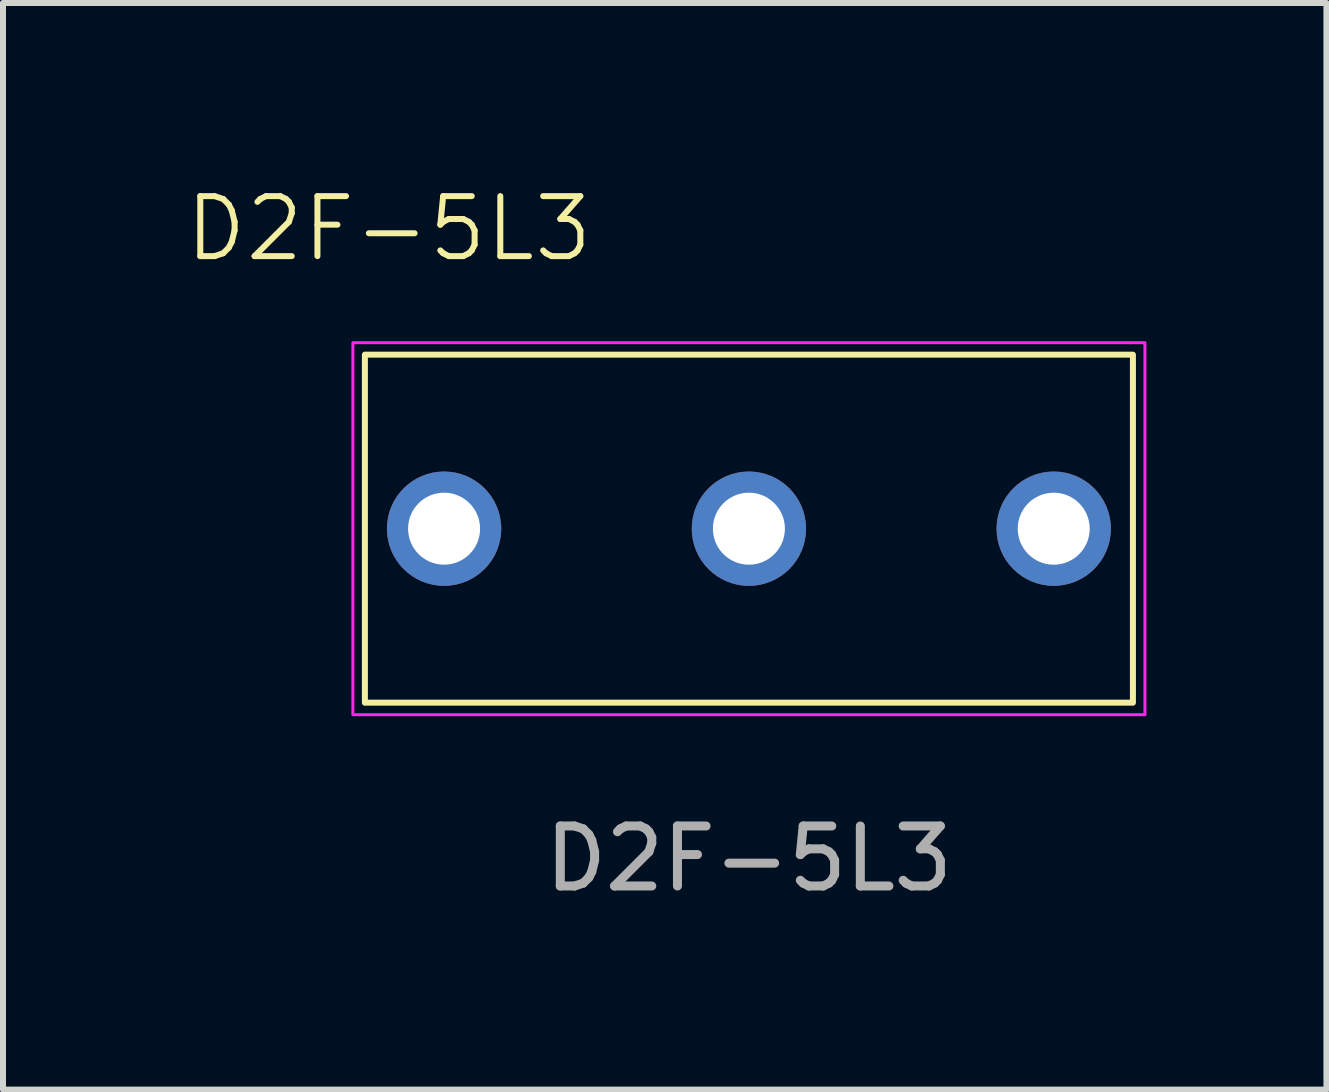
<source format=kicad_pcb>
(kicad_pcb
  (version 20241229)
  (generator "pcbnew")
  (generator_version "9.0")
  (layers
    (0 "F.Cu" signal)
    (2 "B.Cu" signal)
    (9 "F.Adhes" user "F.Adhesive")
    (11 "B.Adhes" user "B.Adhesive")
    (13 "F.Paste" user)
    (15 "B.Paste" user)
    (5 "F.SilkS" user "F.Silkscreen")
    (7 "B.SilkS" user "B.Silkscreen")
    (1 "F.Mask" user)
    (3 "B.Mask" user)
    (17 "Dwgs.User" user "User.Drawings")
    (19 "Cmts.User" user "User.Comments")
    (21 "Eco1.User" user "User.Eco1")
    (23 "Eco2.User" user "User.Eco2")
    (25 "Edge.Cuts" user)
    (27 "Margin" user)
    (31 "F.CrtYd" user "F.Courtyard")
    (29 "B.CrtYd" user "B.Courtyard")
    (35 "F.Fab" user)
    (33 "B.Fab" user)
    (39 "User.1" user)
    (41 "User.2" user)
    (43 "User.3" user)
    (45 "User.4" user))
  (footprint "D2F-5L3"
    (layer "F.Cu")
    (at 9.431 8.761)
    (property "Reference" "D2F-5L3" (at -6 -8 0) (unlocked yes) (layer "F.SilkS") (effects (font (size 1 1) (thickness 0.1))))
    (attr smd)
    (fp_rect (start -6.4 -5.9) (end 6.4 -0.1) (stroke (width 0.1) (type default)) (fill no) (layer "F.SilkS"))
    (fp_rect (start -6.6 -6.1) (end 6.6 0.1) (stroke (width 0.05) (type default)) (fill no) (layer "F.CrtYd"))
    (fp_text user "${REFERENCE}" (at 0 2.5 0) (unlocked yes) (layer "F.Fab") (effects (font (size 1 1) (thickness 0.15))))
    (pad "1" thru_hole circle (at -5.08 -3) (size 1.905 1.905) (drill 1.2) (layers "*.Cu" "*.Mask"))
    (pad "2" thru_hole circle (at 0 -3) (size 1.905 1.905) (drill 1.2) (layers "*.Cu" "*.Mask"))
    (pad "3" thru_hole circle (at 5.08 -3) (size 1.905 1.905) (drill 1.2) (layers "*.Cu" "*.Mask")))
  (gr_rect
    (start -3 -3)
    (end 19.056 15.109)
    (stroke (width 0.1) (type default))
    (fill no)
    (layer "Edge.Cuts")))
</source>
